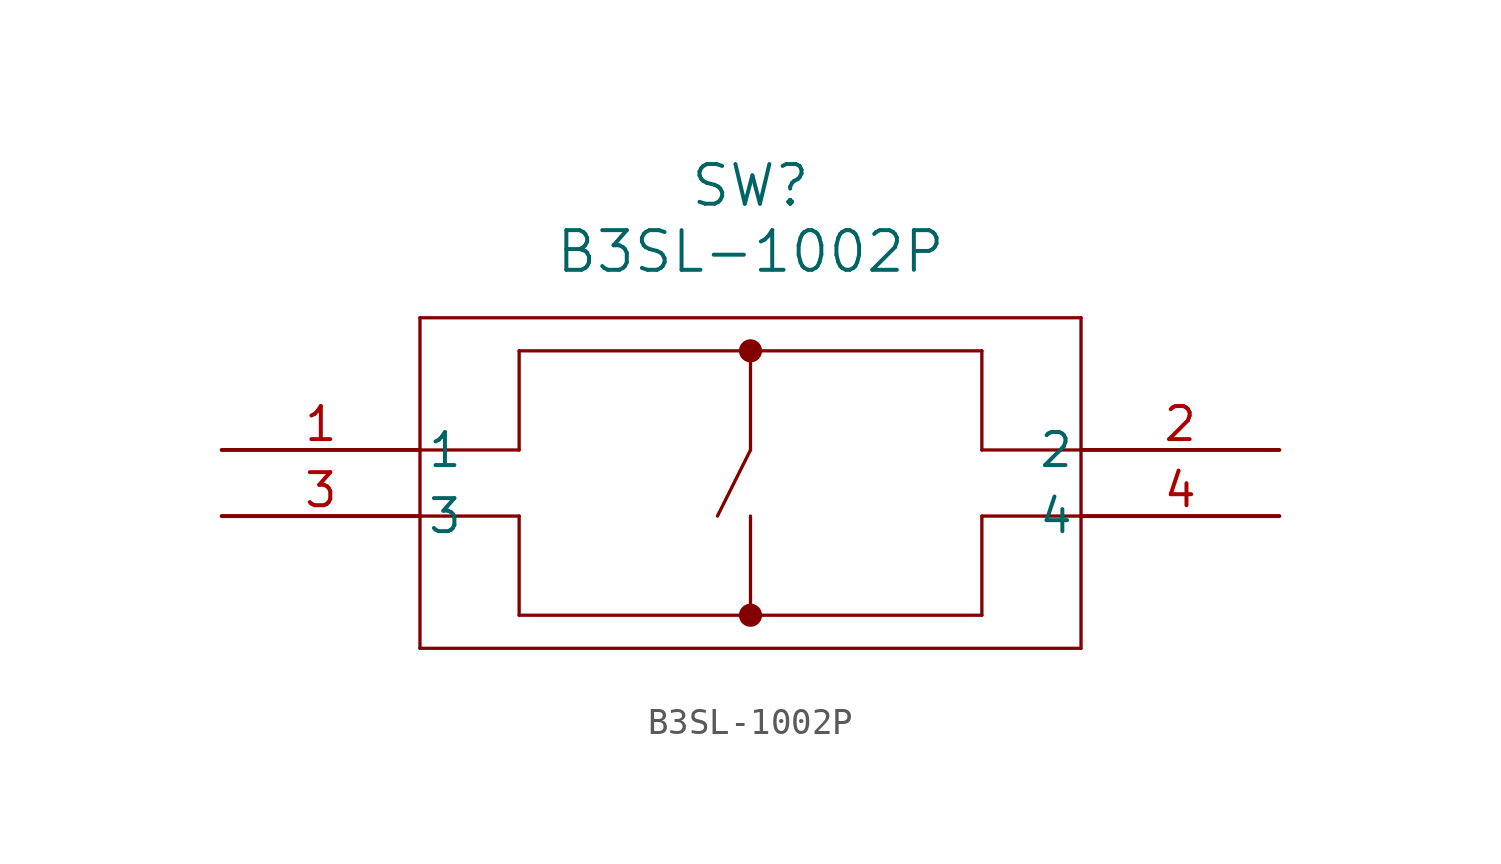
<source format=kicad_sym>
(kicad_symbol_lib
  (version 20211014)
  (generator kicad_symbol_editor)
  (symbol "B3SL-1002P"
    (pin_names
      (offset 0.254))
    (property "Reference" "SW"
      (at 20.32 10.16 0)
      (effects (font (size 1.524 1.524))))
    (property "Value" "B3SL-1002P"
      (at 20.32 7.62 0)
      (effects (font (size 1.524 1.524))))
    (symbol "B3SL-1002P_0_1"
      (polyline (pts (xy 7.62 5.08) (xy 7.62 -7.62)) (stroke (width 0.127) (type default) (color 0 0 0 0)) (fill (type none)))
      (polyline (pts (xy 7.62 -7.62) (xy 33.02 -7.62)) (stroke (width 0.127) (type default) (color 0 0 0 0)) (fill (type none)))
      (polyline (pts (xy 33.02 -7.62) (xy 33.02 5.08)) (stroke (width 0.127) (type default) (color 0 0 0 0)) (fill (type none)))
      (polyline (pts (xy 33.02 5.08) (xy 7.62 5.08)) (stroke (width 0.127) (type default) (color 0 0 0 0)) (fill (type none)))
      (polyline (pts (xy 7.62 0) (xy 11.43 0)) (stroke (width 0.127) (type default) (color 0 0 0 0)) (fill (type none)))
      (polyline (pts (xy 7.62 -2.54) (xy 11.43 -2.54)) (stroke (width 0.127) (type default) (color 0 0 0 0)) (fill (type none)))
      (polyline (pts (xy 33.02 0) (xy 29.21 0)) (stroke (width 0.127) (type default) (color 0 0 0 0)) (fill (type none)))
      (polyline (pts (xy 29.21 -2.54) (xy 33.02 -2.54)) (stroke (width 0.127) (type default) (color 0 0 0 0)) (fill (type none)))
      (polyline (pts (xy 29.21 0) (xy 29.21 3.81)) (stroke (width 0.127) (type default) (color 0 0 0 0)) (fill (type none)))
      (polyline (pts (xy 29.21 3.81) (xy 11.43 3.81)) (stroke (width 0.127) (type default) (color 0 0 0 0)) (fill (type none)))
      (polyline (pts (xy 11.43 0) (xy 11.43 3.81)) (stroke (width 0.127) (type default) (color 0 0 0 0)) (fill (type none)))
      (polyline (pts (xy 11.43 -2.54) (xy 11.43 -6.35)) (stroke (width 0.127) (type default) (color 0 0 0 0)) (fill (type none)))
      (polyline (pts (xy 11.43 -6.35) (xy 29.21 -6.35)) (stroke (width 0.127) (type default) (color 0 0 0 0)) (fill (type none)))
      (polyline (pts (xy 29.21 -6.35) (xy 29.21 -2.54)) (stroke (width 0.127) (type default) (color 0 0 0 0)) (fill (type none)))
      (circle (center 20.32 3.81) (radius 0.254) (stroke (width 0.381) (type default) (color 0 0 0 0)) (fill (type none)))
      (circle (center 20.32 -6.35) (radius 0.254) (stroke (width 0.381) (type default) (color 0 0 0 0)) (fill (type none)))
      (polyline (pts (xy 20.32 3.81) (xy 20.32 0)) (stroke (width 0.127) (type default) (color 0 0 0 0)) (fill (type none)))
      (polyline (pts (xy 20.32 -2.54) (xy 20.32 -6.35)) (stroke (width 0.127) (type default) (color 0 0 0 0)) (fill (type none)))
      (polyline (pts (xy 20.32 0) (xy 19.05 -2.54)) (stroke (width 0.127) (type default) (color 0 0 0 0)) (fill (type none)))
      (pin unspecified line (at 0 0 0) (length 7.62) (name "1" (effects (font (size 1.27 1.27)))) (number "1" (effects (font (size 1.27 1.27)))))
      (pin unspecified line (at 40.64 0 180) (length 7.62) (name "2" (effects (font (size 1.27 1.27)))) (number "2" (effects (font (size 1.27 1.27)))))
      (pin unspecified line (at 0 -2.54 0) (length 7.62) (name "3" (effects (font (size 1.27 1.27)))) (number "3" (effects (font (size 1.27 1.27)))))
      (pin unspecified line (at 40.64 -2.54 180) (length 7.62) (name "4" (effects (font (size 1.27 1.27)))) (number "4" (effects (font (size 1.27 1.27))))))))
</source>
